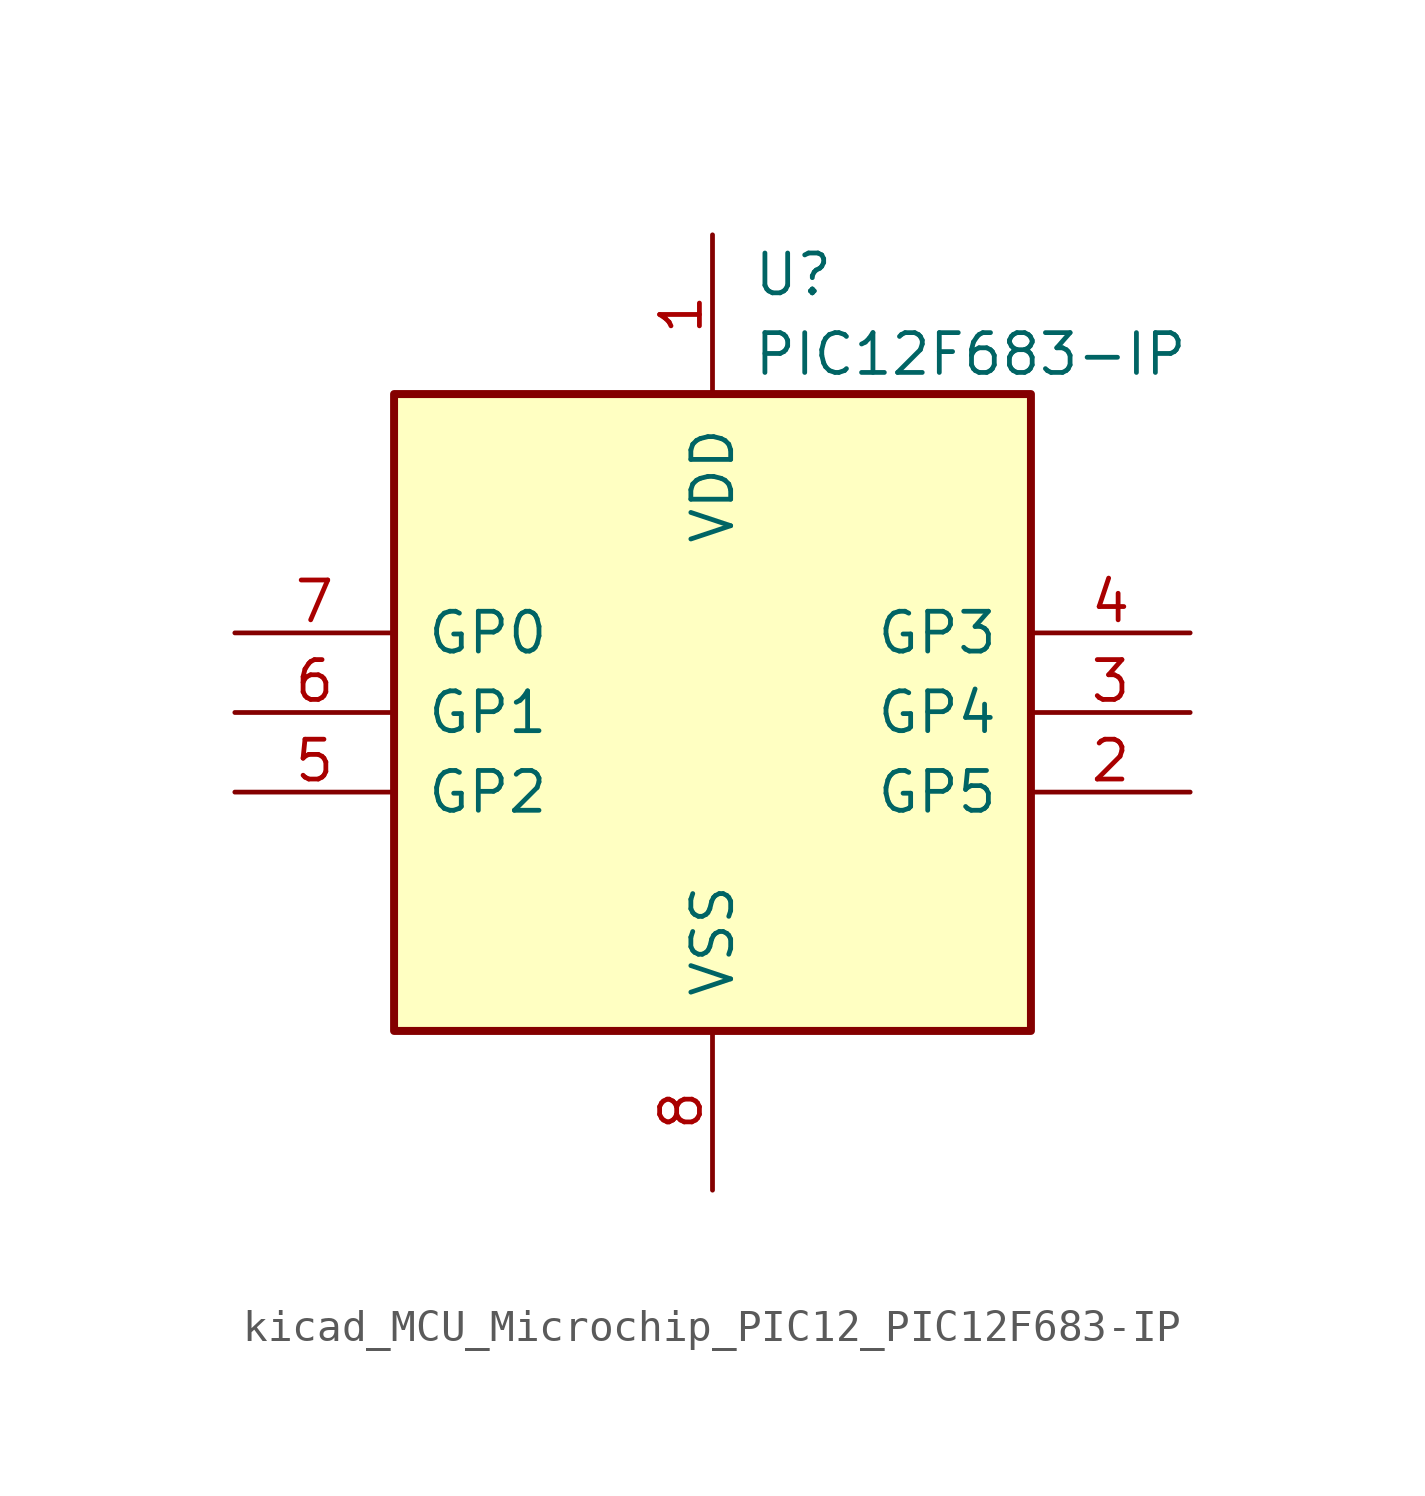
<source format=kicad_sym>
(kicad_symbol_lib
  (version 20220914)
  (generator kicad_symbol_editor)
  (symbol "kicad_MCU_Microchip_PIC12_PIC12F683-IP"
    (pin_names
      (offset 1.016))
    (property "Reference" "U"
      (at 1.27 13.97 0)
      (effects (font (size 1.27 1.27)) (justify left)))
    (property "Value" "PIC12F683-IP"
      (at 1.27 11.43 0)
      (effects (font (size 1.27 1.27)) (justify left)))
    (symbol "kicad_MCU_Microchip_PIC12_PIC12F683-IP_0_1"
      (rectangle (start 10.16 -10.16) (end -10.16 10.16) (stroke (width 0.254) (type default)) (fill (type background))))
    (symbol "kicad_MCU_Microchip_PIC12_PIC12F683-IP_1_1"
      (pin power_in line (at 0 15.24 270) (length 5.08) (name "VDD" (effects (font (size 1.27 1.27)))) (number "1" (effects (font (size 1.27 1.27)))))
      (pin bidirectional line (at 15.24 -2.54 180) (length 5.08) (name "GP5" (effects (font (size 1.27 1.27)))) (number "2" (effects (font (size 1.27 1.27)))))
      (pin bidirectional line (at 15.24 0 180) (length 5.08) (name "GP4" (effects (font (size 1.27 1.27)))) (number "3" (effects (font (size 1.27 1.27)))))
      (pin input line (at 15.24 2.54 180) (length 5.08) (name "GP3" (effects (font (size 1.27 1.27)))) (number "4" (effects (font (size 1.27 1.27)))))
      (pin bidirectional line (at -15.24 -2.54 0) (length 5.08) (name "GP2" (effects (font (size 1.27 1.27)))) (number "5" (effects (font (size 1.27 1.27)))))
      (pin bidirectional line (at -15.24 0 0) (length 5.08) (name "GP1" (effects (font (size 1.27 1.27)))) (number "6" (effects (font (size 1.27 1.27)))))
      (pin bidirectional line (at -15.24 2.54 0) (length 5.08) (name "GP0" (effects (font (size 1.27 1.27)))) (number "7" (effects (font (size 1.27 1.27)))))
      (pin power_in line (at 0 -15.24 90) (length 5.08) (name "VSS" (effects (font (size 1.27 1.27)))) (number "8" (effects (font (size 1.27 1.27))))))))
</source>
